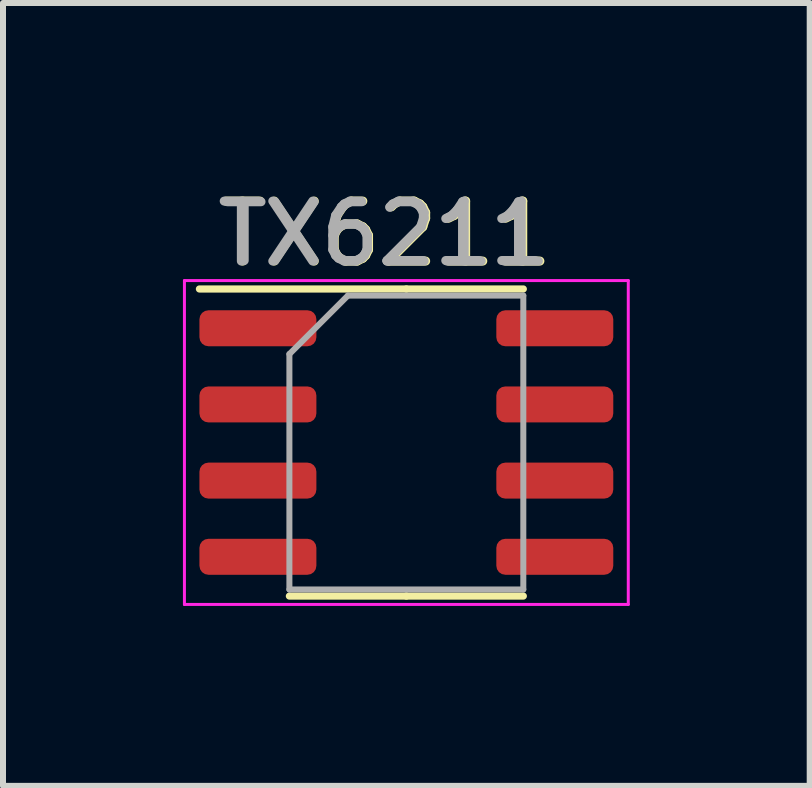
<source format=kicad_pcb>
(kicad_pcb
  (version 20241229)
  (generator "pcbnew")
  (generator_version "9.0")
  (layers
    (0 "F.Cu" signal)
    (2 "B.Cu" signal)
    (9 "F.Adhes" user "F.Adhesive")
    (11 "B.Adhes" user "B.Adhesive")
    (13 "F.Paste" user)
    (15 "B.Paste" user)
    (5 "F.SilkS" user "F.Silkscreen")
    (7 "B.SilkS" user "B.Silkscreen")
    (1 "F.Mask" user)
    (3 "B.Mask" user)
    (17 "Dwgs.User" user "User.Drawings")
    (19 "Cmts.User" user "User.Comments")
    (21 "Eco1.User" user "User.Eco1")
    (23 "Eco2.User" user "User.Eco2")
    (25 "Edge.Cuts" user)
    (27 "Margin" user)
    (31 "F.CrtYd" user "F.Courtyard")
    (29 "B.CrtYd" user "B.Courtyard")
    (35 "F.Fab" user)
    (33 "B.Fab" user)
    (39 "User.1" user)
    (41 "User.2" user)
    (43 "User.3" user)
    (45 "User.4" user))
  (footprint "TX6211"
    (layer "F.Cu")
    (at 3.355 0.848)
    (property "Reference" "TX6211" (at 0.025 0 0) (unlocked yes) (layer "F.SilkS") (effects (font (size 1 1) (thickness 0.15))))
    (attr smd)
    (fp_line (start 0.37 0.92) (end -3.08 0.92) (stroke (width 0.12) (type solid)) (layer "F.SilkS"))
    (fp_line (start 0.37 0.92) (end 2.32 0.92) (stroke (width 0.12) (type solid)) (layer "F.SilkS"))
    (fp_line (start 0.37 6.04) (end -1.58 6.04) (stroke (width 0.12) (type solid)) (layer "F.SilkS"))
    (fp_line (start 0.37 6.04) (end 2.32 6.04) (stroke (width 0.12) (type solid)) (layer "F.SilkS"))
    (fp_line (start -3.33 0.78) (end -3.33 6.18) (stroke (width 0.05) (type solid)) (layer "F.CrtYd"))
    (fp_line (start -3.33 6.18) (end 4.07 6.18) (stroke (width 0.05) (type solid)) (layer "F.CrtYd"))
    (fp_line (start 4.07 0.78) (end -3.33 0.78) (stroke (width 0.05) (type solid)) (layer "F.CrtYd"))
    (fp_line (start 4.07 6.18) (end 4.07 0.78) (stroke (width 0.05) (type solid)) (layer "F.CrtYd"))
    (fp_line (start -1.58 2.005) (end -0.605 1.03) (stroke (width 0.1) (type solid)) (layer "F.Fab"))
    (fp_line (start -1.58 5.93) (end -1.58 2.005) (stroke (width 0.1) (type solid)) (layer "F.Fab"))
    (fp_line (start -0.605 1.03) (end 2.32 1.03) (stroke (width 0.1) (type solid)) (layer "F.Fab"))
    (fp_line (start 2.32 1.03) (end 2.32 5.93) (stroke (width 0.1) (type solid)) (layer "F.Fab"))
    (fp_line (start 2.32 5.93) (end -1.58 5.93) (stroke (width 0.1) (type solid)) (layer "F.Fab"))
    (fp_text user "${REFERENCE}" (at 0 0 0) (unlocked yes) (layer "F.Fab") (effects (font (size 1 1) (thickness 0.15))))
    (fp_text user "${REFERENCE}" (at 0 0 0) (layer "F.Fab") (effects (font (size 0.98 0.98) (thickness 0.15))))
    (pad "1" smd roundrect (at -2.105 1.575) (size 1.95 0.6) (layers "F.Cu" "F.Mask" "F.Paste") (roundrect_rratio 0.25))
    (pad "2" smd roundrect (at -2.105 2.845) (size 1.95 0.6) (layers "F.Cu" "F.Mask" "F.Paste") (roundrect_rratio 0.25))
    (pad "3" smd roundrect (at -2.105 4.115) (size 1.95 0.6) (layers "F.Cu" "F.Mask" "F.Paste") (roundrect_rratio 0.25))
    (pad "4" smd roundrect (at -2.105 5.385) (size 1.95 0.6) (layers "F.Cu" "F.Mask" "F.Paste") (roundrect_rratio 0.25))
    (pad "5" smd roundrect (at 2.845 5.385) (size 1.95 0.6) (layers "F.Cu" "F.Mask" "F.Paste") (roundrect_rratio 0.25))
    (pad "6" smd roundrect (at 2.845 4.115) (size 1.95 0.6) (layers "F.Cu" "F.Mask" "F.Paste") (roundrect_rratio 0.25))
    (pad "7" smd roundrect (at 2.845 2.845) (size 1.95 0.6) (layers "F.Cu" "F.Mask" "F.Paste") (roundrect_rratio 0.25))
    (pad "8" smd roundrect (at 2.845 1.575) (size 1.95 0.6) (layers "F.Cu" "F.Mask" "F.Paste") (roundrect_rratio 0.25)))
  (gr_rect
    (start -3 -3)
    (end 10.45 10.053)
    (stroke (width 0.1) (type default))
    (fill no)
    (layer "Edge.Cuts")))
</source>
